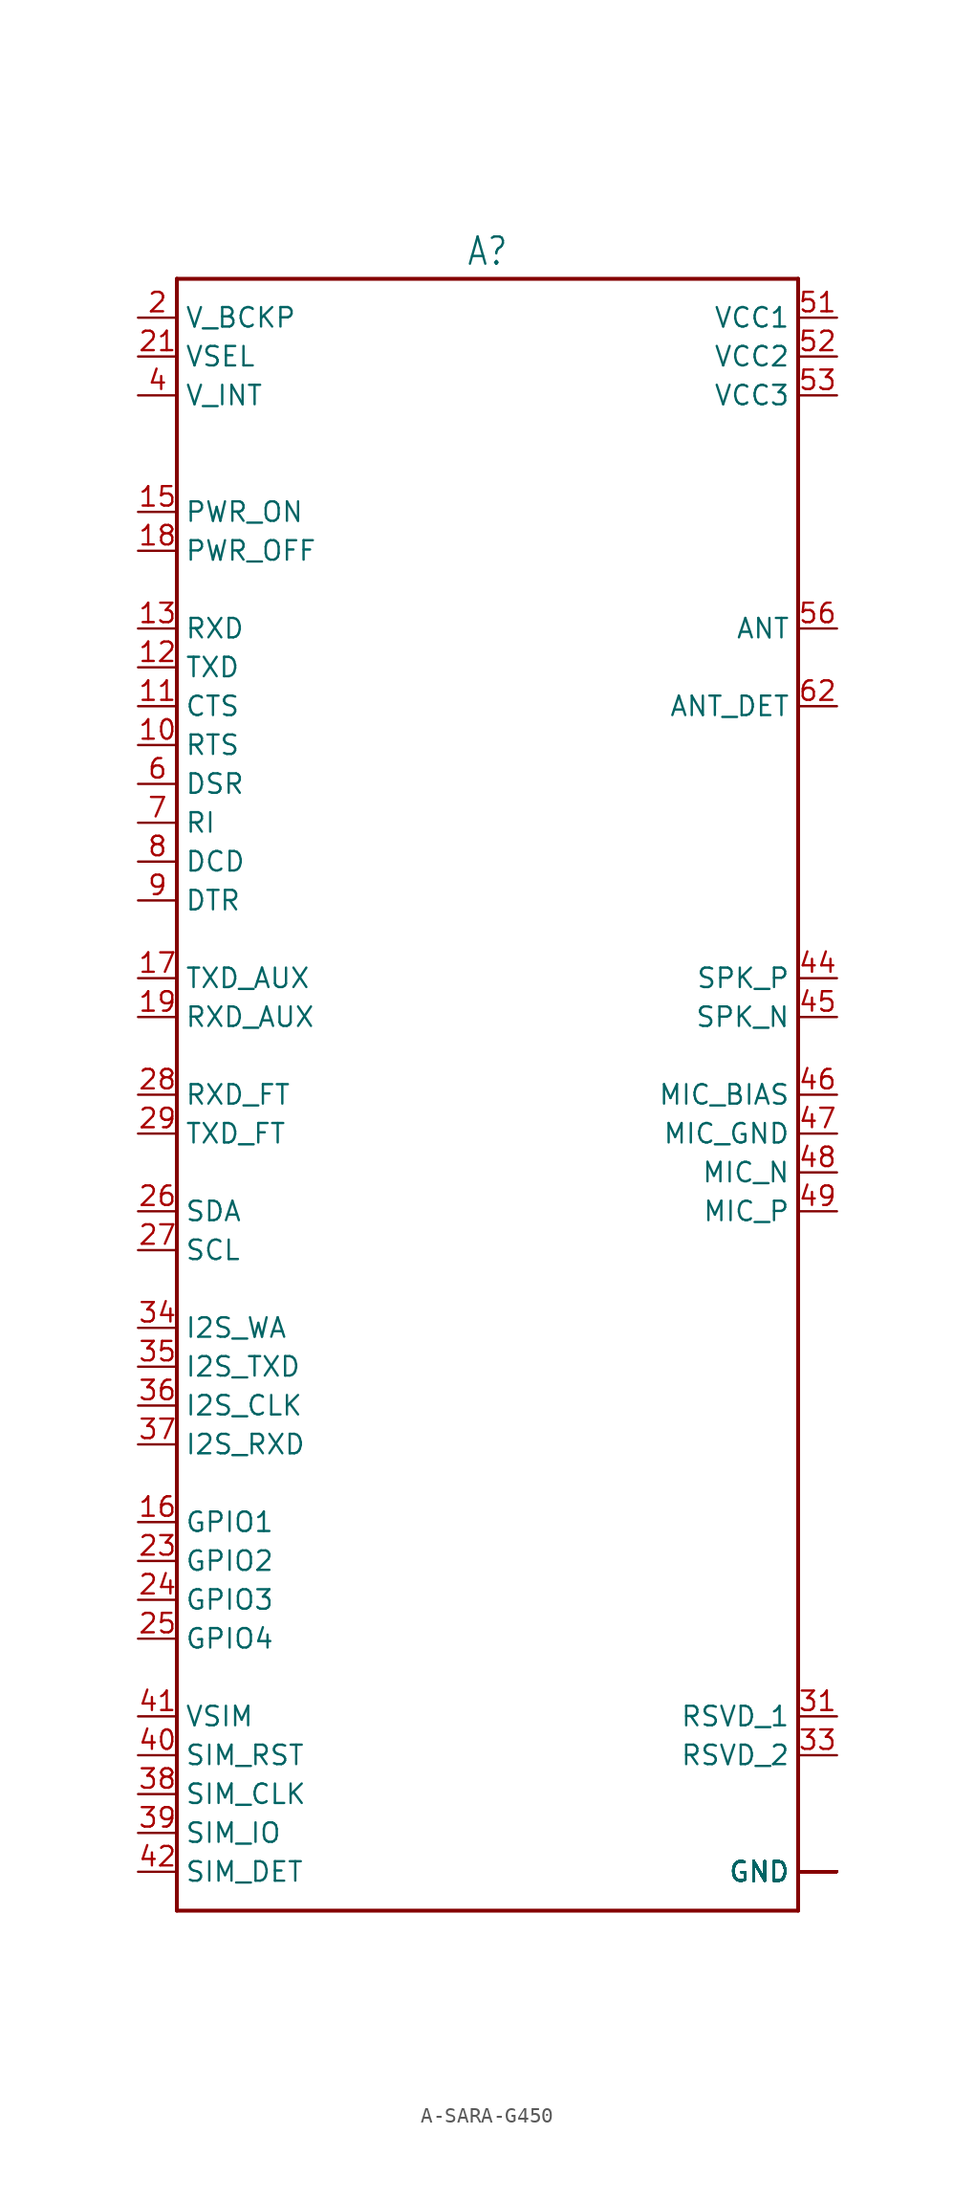
<source format=kicad_sym>
(kicad_symbol_lib
  (version 20231120)
  (generator "kicad_symbol_editor")
  (generator_version "8.0")
  (symbol "A-SARA-G450"
    (property "Reference" "A"
      (at 0 54.102 0)
      (effects (font (size 1.778 1.511)) (justify bottom)))
    (property "Value" ""
      (at 0 -54.102 0)
      (effects (font (size 1.778 1.511)) (justify top)))
    (property "ki_locked" ""
      (at 0 0 0)
      (effects (font (size 1.27 1.27))))
    (symbol "A-SARA-G450_1_0"
      (polyline (pts (xy -20.32 -53.34) (xy 20.32 -53.34)) (stroke (width 0.254) (type solid)) (fill (type none)))
      (polyline (pts (xy -20.32 53.34) (xy -20.32 -53.34)) (stroke (width 0.254) (type solid)) (fill (type none)))
      (polyline (pts (xy 20.32 -53.34) (xy 20.32 53.34)) (stroke (width 0.254) (type solid)) (fill (type none)))
      (polyline (pts (xy 20.32 53.34) (xy -20.32 53.34)) (stroke (width 0.254) (type solid)) (fill (type none)))
      (pin passive line (at 22.86 -50.8 180) (length 2.54) (name "GND" (effects (font (size 1.27 1.27)))) (number "1" (effects (font (size 0 0)))))
      (pin passive line (at -22.86 22.86 0) (length 2.54) (name "RTS" (effects (font (size 1.27 1.27)))) (number "10" (effects (font (size 1.27 1.27)))))
      (pin passive line (at -22.86 25.4 0) (length 2.54) (name "CTS" (effects (font (size 1.27 1.27)))) (number "11" (effects (font (size 1.27 1.27)))))
      (pin passive line (at -22.86 27.94 0) (length 2.54) (name "TXD" (effects (font (size 1.27 1.27)))) (number "12" (effects (font (size 1.27 1.27)))))
      (pin passive line (at -22.86 30.48 0) (length 2.54) (name "RXD" (effects (font (size 1.27 1.27)))) (number "13" (effects (font (size 1.27 1.27)))))
      (pin passive line (at 22.86 -50.8 180) (length 2.54) (name "GND" (effects (font (size 1.27 1.27)))) (number "14" (effects (font (size 0 0)))))
      (pin passive line (at -22.86 38.1 0) (length 2.54) (name "PWR_ON" (effects (font (size 1.27 1.27)))) (number "15" (effects (font (size 1.27 1.27)))))
      (pin passive line (at -22.86 -27.94 0) (length 2.54) (name "GPIO1" (effects (font (size 1.27 1.27)))) (number "16" (effects (font (size 1.27 1.27)))))
      (pin passive line (at -22.86 7.62 0) (length 2.54) (name "TXD_AUX" (effects (font (size 1.27 1.27)))) (number "17" (effects (font (size 1.27 1.27)))))
      (pin passive line (at -22.86 35.56 0) (length 2.54) (name "PWR_OFF" (effects (font (size 1.27 1.27)))) (number "18" (effects (font (size 1.27 1.27)))))
      (pin passive line (at -22.86 5.08 0) (length 2.54) (name "RXD_AUX" (effects (font (size 1.27 1.27)))) (number "19" (effects (font (size 1.27 1.27)))))
      (pin passive line (at -22.86 50.8 0) (length 2.54) (name "V_BCKP" (effects (font (size 1.27 1.27)))) (number "2" (effects (font (size 1.27 1.27)))))
      (pin passive line (at 22.86 -50.8 180) (length 2.54) (name "GND" (effects (font (size 1.27 1.27)))) (number "20" (effects (font (size 0 0)))))
      (pin passive line (at -22.86 48.26 0) (length 2.54) (name "VSEL" (effects (font (size 1.27 1.27)))) (number "21" (effects (font (size 1.27 1.27)))))
      (pin passive line (at 22.86 -50.8 180) (length 2.54) (name "GND" (effects (font (size 1.27 1.27)))) (number "22" (effects (font (size 0 0)))))
      (pin passive line (at -22.86 -30.48 0) (length 2.54) (name "GPIO2" (effects (font (size 1.27 1.27)))) (number "23" (effects (font (size 1.27 1.27)))))
      (pin passive line (at -22.86 -33.02 0) (length 2.54) (name "GPIO3" (effects (font (size 1.27 1.27)))) (number "24" (effects (font (size 1.27 1.27)))))
      (pin passive line (at -22.86 -35.56 0) (length 2.54) (name "GPIO4" (effects (font (size 1.27 1.27)))) (number "25" (effects (font (size 1.27 1.27)))))
      (pin passive line (at -22.86 -7.62 0) (length 2.54) (name "SDA" (effects (font (size 1.27 1.27)))) (number "26" (effects (font (size 1.27 1.27)))))
      (pin passive line (at -22.86 -10.16 0) (length 2.54) (name "SCL" (effects (font (size 1.27 1.27)))) (number "27" (effects (font (size 1.27 1.27)))))
      (pin passive line (at -22.86 0 0) (length 2.54) (name "RXD_FT" (effects (font (size 1.27 1.27)))) (number "28" (effects (font (size 1.27 1.27)))))
      (pin passive line (at -22.86 -2.54 0) (length 2.54) (name "TXD_FT" (effects (font (size 1.27 1.27)))) (number "29" (effects (font (size 1.27 1.27)))))
      (pin passive line (at 22.86 -50.8 180) (length 2.54) (name "GND" (effects (font (size 1.27 1.27)))) (number "3" (effects (font (size 0 0)))))
      (pin passive line (at 22.86 -50.8 180) (length 2.54) (name "GND" (effects (font (size 1.27 1.27)))) (number "30" (effects (font (size 0 0)))))
      (pin passive line (at 22.86 -40.64 180) (length 2.54) (name "RSVD_1" (effects (font (size 1.27 1.27)))) (number "31" (effects (font (size 1.27 1.27)))))
      (pin passive line (at 22.86 -50.8 180) (length 2.54) (name "GND" (effects (font (size 1.27 1.27)))) (number "32" (effects (font (size 0 0)))))
      (pin passive line (at 22.86 -43.18 180) (length 2.54) (name "RSVD_2" (effects (font (size 1.27 1.27)))) (number "33" (effects (font (size 1.27 1.27)))))
      (pin passive line (at -22.86 -15.24 0) (length 2.54) (name "I2S_WA" (effects (font (size 1.27 1.27)))) (number "34" (effects (font (size 1.27 1.27)))))
      (pin passive line (at -22.86 -17.78 0) (length 2.54) (name "I2S_TXD" (effects (font (size 1.27 1.27)))) (number "35" (effects (font (size 1.27 1.27)))))
      (pin passive line (at -22.86 -20.32 0) (length 2.54) (name "I2S_CLK" (effects (font (size 1.27 1.27)))) (number "36" (effects (font (size 1.27 1.27)))))
      (pin passive line (at -22.86 -22.86 0) (length 2.54) (name "I2S_RXD" (effects (font (size 1.27 1.27)))) (number "37" (effects (font (size 1.27 1.27)))))
      (pin passive line (at -22.86 -45.72 0) (length 2.54) (name "SIM_CLK" (effects (font (size 1.27 1.27)))) (number "38" (effects (font (size 1.27 1.27)))))
      (pin passive line (at -22.86 -48.26 0) (length 2.54) (name "SIM_IO" (effects (font (size 1.27 1.27)))) (number "39" (effects (font (size 1.27 1.27)))))
      (pin passive line (at -22.86 45.72 0) (length 2.54) (name "V_INT" (effects (font (size 1.27 1.27)))) (number "4" (effects (font (size 1.27 1.27)))))
      (pin passive line (at -22.86 -43.18 0) (length 2.54) (name "SIM_RST" (effects (font (size 1.27 1.27)))) (number "40" (effects (font (size 1.27 1.27)))))
      (pin passive line (at -22.86 -40.64 0) (length 2.54) (name "VSIM" (effects (font (size 1.27 1.27)))) (number "41" (effects (font (size 1.27 1.27)))))
      (pin passive line (at -22.86 -50.8 0) (length 2.54) (name "SIM_DET" (effects (font (size 1.27 1.27)))) (number "42" (effects (font (size 1.27 1.27)))))
      (pin passive line (at 22.86 -50.8 180) (length 2.54) (name "GND" (effects (font (size 1.27 1.27)))) (number "43" (effects (font (size 0 0)))))
      (pin passive line (at 22.86 7.62 180) (length 2.54) (name "SPK_P" (effects (font (size 1.27 1.27)))) (number "44" (effects (font (size 1.27 1.27)))))
      (pin passive line (at 22.86 5.08 180) (length 2.54) (name "SPK_N" (effects (font (size 1.27 1.27)))) (number "45" (effects (font (size 1.27 1.27)))))
      (pin passive line (at 22.86 0 180) (length 2.54) (name "MIC_BIAS" (effects (font (size 1.27 1.27)))) (number "46" (effects (font (size 1.27 1.27)))))
      (pin passive line (at 22.86 -2.54 180) (length 2.54) (name "MIC_GND" (effects (font (size 1.27 1.27)))) (number "47" (effects (font (size 1.27 1.27)))))
      (pin passive line (at 22.86 -5.08 180) (length 2.54) (name "MIC_N" (effects (font (size 1.27 1.27)))) (number "48" (effects (font (size 1.27 1.27)))))
      (pin passive line (at 22.86 -7.62 180) (length 2.54) (name "MIC_P" (effects (font (size 1.27 1.27)))) (number "49" (effects (font (size 1.27 1.27)))))
      (pin passive line (at 22.86 -50.8 180) (length 2.54) (name "GND" (effects (font (size 1.27 1.27)))) (number "5" (effects (font (size 0 0)))))
      (pin passive line (at 22.86 -50.8 180) (length 2.54) (name "GND" (effects (font (size 1.27 1.27)))) (number "50" (effects (font (size 0 0)))))
      (pin passive line (at 22.86 50.8 180) (length 2.54) (name "VCC1" (effects (font (size 1.27 1.27)))) (number "51" (effects (font (size 1.27 1.27)))))
      (pin passive line (at 22.86 48.26 180) (length 2.54) (name "VCC2" (effects (font (size 1.27 1.27)))) (number "52" (effects (font (size 1.27 1.27)))))
      (pin passive line (at 22.86 45.72 180) (length 2.54) (name "VCC3" (effects (font (size 1.27 1.27)))) (number "53" (effects (font (size 1.27 1.27)))))
      (pin passive line (at 22.86 -50.8 180) (length 2.54) (name "GND" (effects (font (size 1.27 1.27)))) (number "54" (effects (font (size 0 0)))))
      (pin passive line (at 22.86 -50.8 180) (length 2.54) (name "GND" (effects (font (size 1.27 1.27)))) (number "55" (effects (font (size 0 0)))))
      (pin passive line (at 22.86 30.48 180) (length 2.54) (name "ANT" (effects (font (size 1.27 1.27)))) (number "56" (effects (font (size 1.27 1.27)))))
      (pin passive line (at 22.86 -50.8 180) (length 2.54) (name "GND" (effects (font (size 1.27 1.27)))) (number "57" (effects (font (size 0 0)))))
      (pin passive line (at 22.86 -50.8 180) (length 2.54) (name "GND" (effects (font (size 1.27 1.27)))) (number "58" (effects (font (size 0 0)))))
      (pin passive line (at 22.86 -50.8 180) (length 2.54) (name "GND" (effects (font (size 1.27 1.27)))) (number "59" (effects (font (size 0 0)))))
      (pin passive line (at -22.86 20.32 0) (length 2.54) (name "DSR" (effects (font (size 1.27 1.27)))) (number "6" (effects (font (size 1.27 1.27)))))
      (pin passive line (at 22.86 -50.8 180) (length 2.54) (name "GND" (effects (font (size 1.27 1.27)))) (number "60" (effects (font (size 0 0)))))
      (pin passive line (at 22.86 -50.8 180) (length 2.54) (name "GND" (effects (font (size 1.27 1.27)))) (number "61" (effects (font (size 0 0)))))
      (pin passive line (at 22.86 25.4 180) (length 2.54) (name "ANT_DET" (effects (font (size 1.27 1.27)))) (number "62" (effects (font (size 1.27 1.27)))))
      (pin passive line (at 22.86 -50.8 180) (length 2.54) (name "GND" (effects (font (size 1.27 1.27)))) (number "63" (effects (font (size 0 0)))))
      (pin passive line (at 22.86 -50.8 180) (length 2.54) (name "GND" (effects (font (size 1.27 1.27)))) (number "64" (effects (font (size 0 0)))))
      (pin passive line (at 22.86 -50.8 180) (length 2.54) (name "GND" (effects (font (size 1.27 1.27)))) (number "65" (effects (font (size 0 0)))))
      (pin passive line (at 22.86 -50.8 180) (length 2.54) (name "GND" (effects (font (size 1.27 1.27)))) (number "66" (effects (font (size 0 0)))))
      (pin passive line (at 22.86 -50.8 180) (length 2.54) (name "GND" (effects (font (size 1.27 1.27)))) (number "67" (effects (font (size 0 0)))))
      (pin passive line (at 22.86 -50.8 180) (length 2.54) (name "GND" (effects (font (size 1.27 1.27)))) (number "68" (effects (font (size 0 0)))))
      (pin passive line (at 22.86 -50.8 180) (length 2.54) (name "GND" (effects (font (size 1.27 1.27)))) (number "69" (effects (font (size 0 0)))))
      (pin passive line (at -22.86 17.78 0) (length 2.54) (name "RI" (effects (font (size 1.27 1.27)))) (number "7" (effects (font (size 1.27 1.27)))))
      (pin passive line (at 22.86 -50.8 180) (length 2.54) (name "GND" (effects (font (size 1.27 1.27)))) (number "70" (effects (font (size 0 0)))))
      (pin passive line (at 22.86 -50.8 180) (length 2.54) (name "GND" (effects (font (size 1.27 1.27)))) (number "71" (effects (font (size 0 0)))))
      (pin passive line (at 22.86 -50.8 180) (length 2.54) (name "GND" (effects (font (size 1.27 1.27)))) (number "72" (effects (font (size 0 0)))))
      (pin passive line (at 22.86 -50.8 180) (length 2.54) (name "GND" (effects (font (size 1.27 1.27)))) (number "73" (effects (font (size 0 0)))))
      (pin passive line (at 22.86 -50.8 180) (length 2.54) (name "GND" (effects (font (size 1.27 1.27)))) (number "74" (effects (font (size 0 0)))))
      (pin passive line (at 22.86 -50.8 180) (length 2.54) (name "GND" (effects (font (size 1.27 1.27)))) (number "75" (effects (font (size 0 0)))))
      (pin passive line (at 22.86 -50.8 180) (length 2.54) (name "GND" (effects (font (size 1.27 1.27)))) (number "76" (effects (font (size 0 0)))))
      (pin passive line (at 22.86 -50.8 180) (length 2.54) (name "GND" (effects (font (size 1.27 1.27)))) (number "77" (effects (font (size 0 0)))))
      (pin passive line (at 22.86 -50.8 180) (length 2.54) (name "GND" (effects (font (size 1.27 1.27)))) (number "78" (effects (font (size 0 0)))))
      (pin passive line (at 22.86 -50.8 180) (length 2.54) (name "GND" (effects (font (size 1.27 1.27)))) (number "79" (effects (font (size 0 0)))))
      (pin passive line (at -22.86 15.24 0) (length 2.54) (name "DCD" (effects (font (size 1.27 1.27)))) (number "8" (effects (font (size 1.27 1.27)))))
      (pin passive line (at 22.86 -50.8 180) (length 2.54) (name "GND" (effects (font (size 1.27 1.27)))) (number "80" (effects (font (size 0 0)))))
      (pin passive line (at 22.86 -50.8 180) (length 2.54) (name "GND" (effects (font (size 1.27 1.27)))) (number "81" (effects (font (size 0 0)))))
      (pin passive line (at 22.86 -50.8 180) (length 2.54) (name "GND" (effects (font (size 1.27 1.27)))) (number "82" (effects (font (size 0 0)))))
      (pin passive line (at 22.86 -50.8 180) (length 2.54) (name "GND" (effects (font (size 1.27 1.27)))) (number "83" (effects (font (size 0 0)))))
      (pin passive line (at 22.86 -50.8 180) (length 2.54) (name "GND" (effects (font (size 1.27 1.27)))) (number "84" (effects (font (size 0 0)))))
      (pin passive line (at 22.86 -50.8 180) (length 2.54) (name "GND" (effects (font (size 1.27 1.27)))) (number "85" (effects (font (size 0 0)))))
      (pin passive line (at 22.86 -50.8 180) (length 2.54) (name "GND" (effects (font (size 1.27 1.27)))) (number "86" (effects (font (size 0 0)))))
      (pin passive line (at 22.86 -50.8 180) (length 2.54) (name "GND" (effects (font (size 1.27 1.27)))) (number "87" (effects (font (size 0 0)))))
      (pin passive line (at 22.86 -50.8 180) (length 2.54) (name "GND" (effects (font (size 1.27 1.27)))) (number "88" (effects (font (size 0 0)))))
      (pin passive line (at 22.86 -50.8 180) (length 2.54) (name "GND" (effects (font (size 1.27 1.27)))) (number "89" (effects (font (size 0 0)))))
      (pin passive line (at -22.86 12.7 0) (length 2.54) (name "DTR" (effects (font (size 1.27 1.27)))) (number "9" (effects (font (size 1.27 1.27)))))
      (pin passive line (at 22.86 -50.8 180) (length 2.54) (name "GND" (effects (font (size 1.27 1.27)))) (number "90" (effects (font (size 0 0)))))
      (pin passive line (at 22.86 -50.8 180) (length 2.54) (name "GND" (effects (font (size 1.27 1.27)))) (number "91" (effects (font (size 0 0)))))
      (pin passive line (at 22.86 -50.8 180) (length 2.54) (name "GND" (effects (font (size 1.27 1.27)))) (number "92" (effects (font (size 0 0)))))
      (pin passive line (at 22.86 -50.8 180) (length 2.54) (name "GND" (effects (font (size 1.27 1.27)))) (number "93" (effects (font (size 0 0)))))
      (pin passive line (at 22.86 -50.8 180) (length 2.54) (name "GND" (effects (font (size 1.27 1.27)))) (number "94" (effects (font (size 0 0)))))
      (pin passive line (at 22.86 -50.8 180) (length 2.54) (name "GND" (effects (font (size 1.27 1.27)))) (number "95" (effects (font (size 0 0)))))
      (pin passive line (at 22.86 -50.8 180) (length 2.54) (name "GND" (effects (font (size 1.27 1.27)))) (number "96" (effects (font (size 0 0))))))))
</source>
